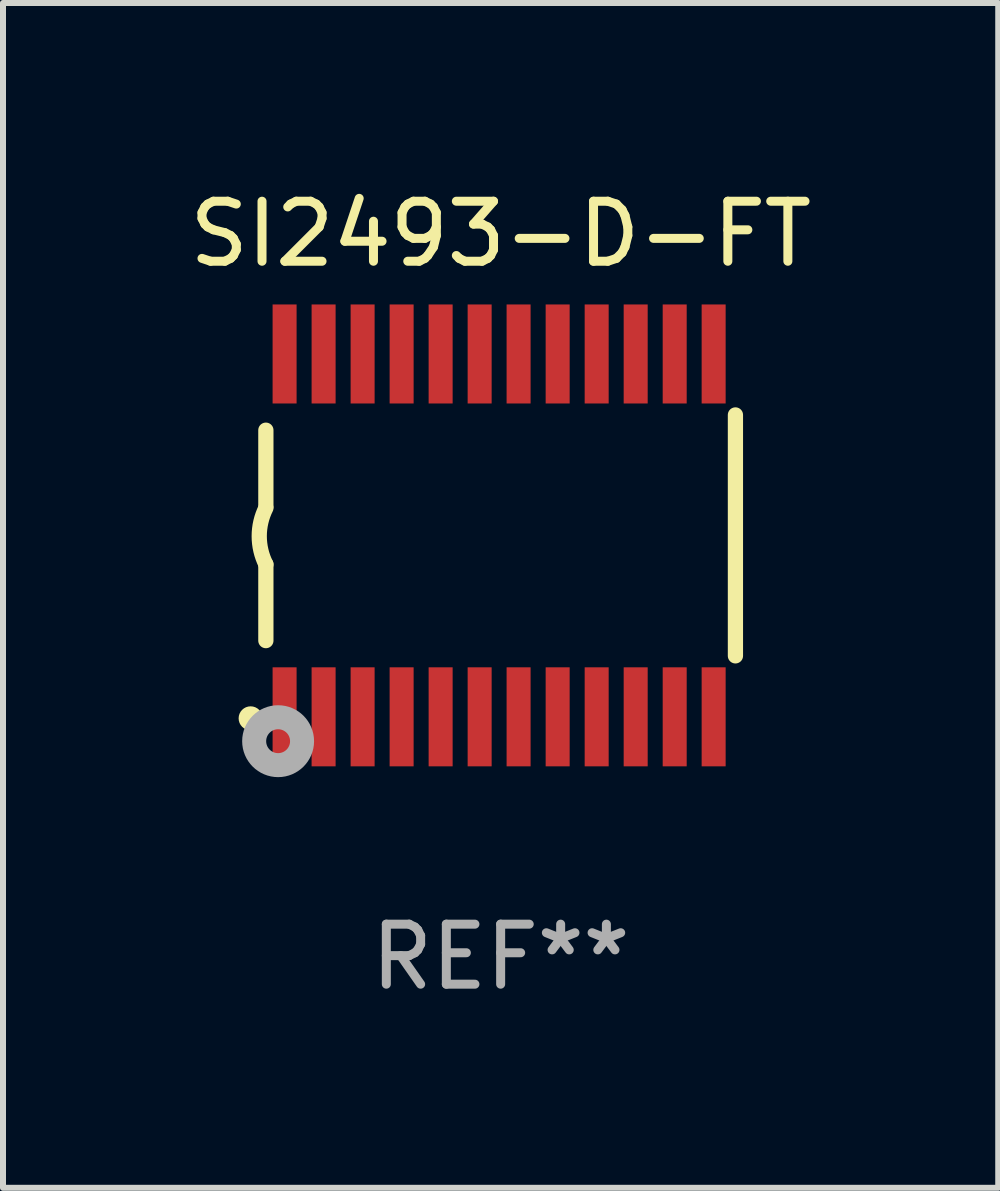
<source format=kicad_pcb>
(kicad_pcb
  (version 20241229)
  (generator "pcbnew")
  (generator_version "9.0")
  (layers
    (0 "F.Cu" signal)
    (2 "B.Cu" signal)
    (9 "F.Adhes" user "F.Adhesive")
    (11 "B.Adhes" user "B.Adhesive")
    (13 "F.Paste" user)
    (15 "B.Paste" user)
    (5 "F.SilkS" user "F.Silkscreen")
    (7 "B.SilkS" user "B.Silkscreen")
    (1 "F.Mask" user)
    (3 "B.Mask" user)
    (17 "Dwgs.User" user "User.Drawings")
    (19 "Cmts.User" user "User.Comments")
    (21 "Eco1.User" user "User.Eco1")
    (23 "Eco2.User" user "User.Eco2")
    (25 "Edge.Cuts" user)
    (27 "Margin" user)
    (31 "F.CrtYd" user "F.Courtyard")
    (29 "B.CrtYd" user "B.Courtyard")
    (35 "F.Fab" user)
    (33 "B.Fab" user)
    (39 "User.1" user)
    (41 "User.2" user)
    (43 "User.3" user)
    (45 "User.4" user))
  (footprint "SI2493-D-FT"
    (layer "F.Cu")
    (at 5.292 5.871)
    (property "Reference" "SI2493-D-FT" (at 0 -5.023 0) (layer "F.SilkS") (effects (font (size 1 1) (thickness 0.15))))
    (attr through_hole)
    (fp_line (start -3.912 -0.483) (end -3.912 -1.753) (stroke (width 0.254) (type solid)) (layer "F.SilkS"))
    (fp_line (start -3.912 1.753) (end -3.912 0.483) (stroke (width 0.254) (type solid)) (layer "F.SilkS"))
    (fp_line (start 3.912 -2.007) (end 3.912 2.007) (stroke (width 0.254) (type solid)) (layer "F.SilkS"))
    (fp_arc (start -3.911608 0.482601) (mid -4.022537 0.0127) (end -3.911608 -0.457201) (stroke (width 0.254001) (type solid)) (layer "F.SilkS"))
    (fp_circle (center -4.166 3.048) (end -4.066 3.048) (stroke (width 0.2) (type solid)) (fill no) (layer "F.SilkS"))
    (fp_circle (center -3.925 3.186) (end -3.895 3.186) (stroke (width 0.06) (type solid)) (fill no) (layer "F.SilkS"))
    (fp_circle (center -3.708 3.429) (end -3.509 3.429) (stroke (width 0.4) (type solid)) (fill no) (layer "F.Fab"))
    (fp_text user "REF**" (at 0 7.023 0) (layer "F.Fab") (effects (font (size 1 1) (thickness 0.15))))
    (pad "1" smd rect (at -3.6 3.023) (size 0.4 1.65) (layers "F.Cu" "F.Mask" "F.Paste"))
    (pad "2" smd rect (at -2.95 3.023) (size 0.4 1.65) (layers "F.Cu" "F.Mask" "F.Paste"))
    (pad "3" smd rect (at -2.3 3.023) (size 0.4 1.65) (layers "F.Cu" "F.Mask" "F.Paste"))
    (pad "4" smd rect (at -1.65 3.023) (size 0.4 1.65) (layers "F.Cu" "F.Mask" "F.Paste"))
    (pad "5" smd rect (at -1 3.023) (size 0.4 1.65) (layers "F.Cu" "F.Mask" "F.Paste"))
    (pad "6" smd rect (at -0.35 3.023) (size 0.4 1.65) (layers "F.Cu" "F.Mask" "F.Paste"))
    (pad "7" smd rect (at 0.299 3.023) (size 0.4 1.65) (layers "F.Cu" "F.Mask" "F.Paste"))
    (pad "8" smd rect (at 0.95 3.023) (size 0.4 1.65) (layers "F.Cu" "F.Mask" "F.Paste"))
    (pad "9" smd rect (at 1.6 3.023) (size 0.4 1.65) (layers "F.Cu" "F.Mask" "F.Paste"))
    (pad "10" smd rect (at 2.25 3.023) (size 0.4 1.65) (layers "F.Cu" "F.Mask" "F.Paste"))
    (pad "11" smd rect (at 2.9 3.023) (size 0.4 1.65) (layers "F.Cu" "F.Mask" "F.Paste"))
    (pad "12" smd rect (at 3.549 3.023) (size 0.4 1.65) (layers "F.Cu" "F.Mask" "F.Paste"))
    (pad "13" smd rect (at 3.549 -3.023) (size 0.4 1.65) (layers "F.Cu" "F.Mask" "F.Paste"))
    (pad "14" smd rect (at 2.9 -3.023) (size 0.4 1.65) (layers "F.Cu" "F.Mask" "F.Paste"))
    (pad "15" smd rect (at 2.25 -3.023) (size 0.4 1.65) (layers "F.Cu" "F.Mask" "F.Paste"))
    (pad "16" smd rect (at 1.6 -3.023) (size 0.4 1.65) (layers "F.Cu" "F.Mask" "F.Paste"))
    (pad "17" smd rect (at 0.95 -3.023) (size 0.4 1.65) (layers "F.Cu" "F.Mask" "F.Paste"))
    (pad "18" smd rect (at 0.299 -3.023) (size 0.4 1.65) (layers "F.Cu" "F.Mask" "F.Paste"))
    (pad "19" smd rect (at -0.35 -3.023) (size 0.4 1.65) (layers "F.Cu" "F.Mask" "F.Paste"))
    (pad "20" smd rect (at -1 -3.023) (size 0.4 1.65) (layers "F.Cu" "F.Mask" "F.Paste"))
    (pad "21" smd rect (at -1.65 -3.023) (size 0.4 1.65) (layers "F.Cu" "F.Mask" "F.Paste"))
    (pad "22" smd rect (at -2.3 -3.023) (size 0.4 1.65) (layers "F.Cu" "F.Mask" "F.Paste"))
    (pad "23" smd rect (at -2.95 -3.023) (size 0.4 1.65) (layers "F.Cu" "F.Mask" "F.Paste"))
    (pad "24" smd rect (at -3.6 -3.023) (size 0.4 1.65) (layers "F.Cu" "F.Mask" "F.Paste")))
  (gr_rect
    (start -3 -3)
    (end 13.583 16.742)
    (stroke (width 0.1) (type default))
    (fill no)
    (layer "Edge.Cuts")))
</source>
